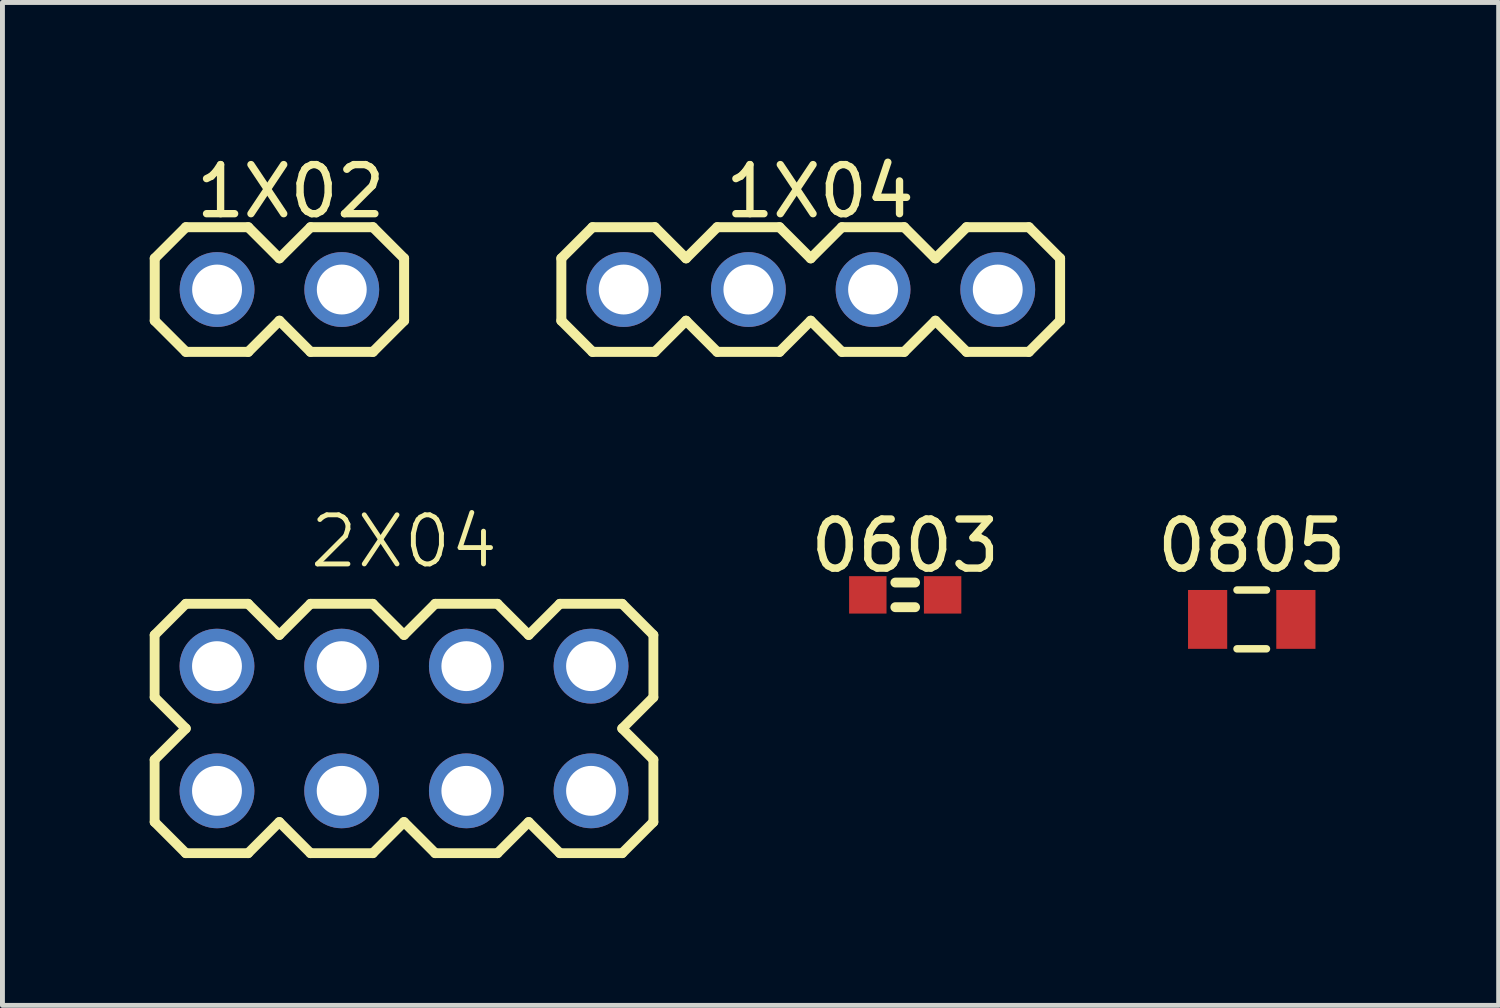
<source format=kicad_pcb>
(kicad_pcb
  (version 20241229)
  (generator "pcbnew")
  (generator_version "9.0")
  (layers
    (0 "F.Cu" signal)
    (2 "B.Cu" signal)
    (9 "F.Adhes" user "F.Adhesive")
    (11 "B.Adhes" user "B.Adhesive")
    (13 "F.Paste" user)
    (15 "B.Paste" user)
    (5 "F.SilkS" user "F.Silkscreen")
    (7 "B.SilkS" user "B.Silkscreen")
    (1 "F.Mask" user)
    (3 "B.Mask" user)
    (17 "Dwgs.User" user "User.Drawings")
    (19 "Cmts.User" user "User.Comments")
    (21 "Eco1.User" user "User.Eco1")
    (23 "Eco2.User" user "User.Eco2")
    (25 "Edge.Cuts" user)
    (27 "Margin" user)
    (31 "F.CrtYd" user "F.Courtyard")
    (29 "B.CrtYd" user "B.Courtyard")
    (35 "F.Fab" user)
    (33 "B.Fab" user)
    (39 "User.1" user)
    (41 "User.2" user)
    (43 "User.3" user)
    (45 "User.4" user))
  (footprint "0805"
    (layer "F.Cu")
    (at 22.449 9.568)
    (property "Reference" "0805" (at 0 -1.5 0) (layer "F.SilkS") (effects (font (size 1 1) (thickness 0.15))))
    (attr through_hole)
    (fp_line (start -0.3 -0.599) (end 0.3 -0.599) (stroke (width 0.152) (type solid)) (layer "F.SilkS"))
    (fp_line (start -0.3 0.599) (end 0.3 0.599) (stroke (width 0.152) (type solid)) (layer "F.SilkS"))
    (pad "1" smd rect (at -0.899 0) (size 0.798 1.199) (layers "F.Cu" "F.Mask" "F.Paste"))
    (pad "2" smd rect (at 0.899 0) (size 0.798 1.199) (layers "F.Cu" "F.Mask" "F.Paste")))
  (footprint "1X04"
    (layer "F.Cu")
    (at 9.655 2.848)
    (property "Reference" "1X04" (at 4 -2 0) (layer "F.SilkS") (effects (font (size 1 1) (thickness 0.15))))
    (attr through_hole)
    (fp_line (start -1.27 -0.635) (end -1.27 0.635) (stroke (width 0.203) (type solid)) (layer "F.SilkS"))
    (fp_line (start -1.27 0.635) (end -0.635 1.27) (stroke (width 0.203) (type solid)) (layer "F.SilkS"))
    (fp_line (start -0.635 -1.27) (end -1.27 -0.635) (stroke (width 0.203) (type solid)) (layer "F.SilkS"))
    (fp_line (start -0.635 -1.27) (end 0.635 -1.27) (stroke (width 0.203) (type solid)) (layer "F.SilkS"))
    (fp_line (start 0.635 -1.27) (end 1.27 -0.635) (stroke (width 0.203) (type solid)) (layer "F.SilkS"))
    (fp_line (start 0.635 1.27) (end -0.635 1.27) (stroke (width 0.203) (type solid)) (layer "F.SilkS"))
    (fp_line (start 1.27 -0.635) (end 1.905 -1.27) (stroke (width 0.203) (type solid)) (layer "F.SilkS"))
    (fp_line (start 1.27 0.635) (end 0.635 1.27) (stroke (width 0.203) (type solid)) (layer "F.SilkS"))
    (fp_line (start 1.905 -1.27) (end 3.175 -1.27) (stroke (width 0.203) (type solid)) (layer "F.SilkS"))
    (fp_line (start 1.905 1.27) (end 1.27 0.635) (stroke (width 0.203) (type solid)) (layer "F.SilkS"))
    (fp_line (start 3.175 -1.27) (end 3.81 -0.635) (stroke (width 0.203) (type solid)) (layer "F.SilkS"))
    (fp_line (start 3.175 1.27) (end 1.905 1.27) (stroke (width 0.203) (type solid)) (layer "F.SilkS"))
    (fp_line (start 3.81 -0.635) (end 4.445 -1.27) (stroke (width 0.203) (type solid)) (layer "F.SilkS"))
    (fp_line (start 3.81 0.635) (end 3.175 1.27) (stroke (width 0.203) (type solid)) (layer "F.SilkS"))
    (fp_line (start 4.445 -1.27) (end 5.715 -1.27) (stroke (width 0.203) (type solid)) (layer "F.SilkS"))
    (fp_line (start 4.445 1.27) (end 3.81 0.635) (stroke (width 0.203) (type solid)) (layer "F.SilkS"))
    (fp_line (start 5.715 -1.27) (end 6.35 -0.635) (stroke (width 0.203) (type solid)) (layer "F.SilkS"))
    (fp_line (start 5.715 1.27) (end 4.445 1.27) (stroke (width 0.203) (type solid)) (layer "F.SilkS"))
    (fp_line (start 6.35 0.635) (end 5.715 1.27) (stroke (width 0.203) (type solid)) (layer "F.SilkS"))
    (fp_line (start 6.35 0.635) (end 6.985 1.27) (stroke (width 0.203) (type solid)) (layer "F.SilkS"))
    (fp_line (start 6.985 -1.27) (end 6.35 -0.635) (stroke (width 0.203) (type solid)) (layer "F.SilkS"))
    (fp_line (start 6.985 -1.27) (end 8.255 -1.27) (stroke (width 0.203) (type solid)) (layer "F.SilkS"))
    (fp_line (start 8.255 -1.27) (end 8.89 -0.635) (stroke (width 0.203) (type solid)) (layer "F.SilkS"))
    (fp_line (start 8.255 1.27) (end 6.985 1.27) (stroke (width 0.203) (type solid)) (layer "F.SilkS"))
    (fp_line (start 8.89 -0.635) (end 8.89 0.635) (stroke (width 0.203) (type solid)) (layer "F.SilkS"))
    (fp_line (start 8.89 0.635) (end 8.255 1.27) (stroke (width 0.203) (type solid)) (layer "F.SilkS"))
    (pad "1" thru_hole oval (at 0 0 90) (size 1.524 1.524) (drill 1.016) (layers "*.Cu" "*.Mask"))
    (pad "2" thru_hole oval (at 2.54 0 90) (size 1.524 1.524) (drill 1.016) (layers "*.Cu" "*.Mask"))
    (pad "3" thru_hole oval (at 5.08 0 90) (size 1.524 1.524) (drill 1.016) (layers "*.Cu" "*.Mask"))
    (pad "4" thru_hole oval (at 7.62 0 90) (size 1.524 1.524) (drill 1.016) (layers "*.Cu" "*.Mask")))
  (footprint "2X04"
    (layer "F.Cu")
    (at 5.18 11.79)
    (property "Reference" "2X04" (at 0 -3.81 0) (layer "F.SilkS") (effects (font (size 1 1) (thickness 0.1))))
    (attr through_hole)
    (fp_line (start -5.08 -1.905) (end -5.08 -0.635) (stroke (width 0.2) (type solid)) (layer "F.SilkS"))
    (fp_line (start -5.08 -0.635) (end -4.445 0) (stroke (width 0.2) (type solid)) (layer "F.SilkS"))
    (fp_line (start -5.08 0.635) (end -5.08 1.905) (stroke (width 0.2) (type solid)) (layer "F.SilkS"))
    (fp_line (start -5.08 1.905) (end -4.445 2.54) (stroke (width 0.2) (type solid)) (layer "F.SilkS"))
    (fp_line (start -4.445 -2.54) (end -5.08 -1.905) (stroke (width 0.2) (type solid)) (layer "F.SilkS"))
    (fp_line (start -4.445 -2.54) (end -3.175 -2.54) (stroke (width 0.2) (type solid)) (layer "F.SilkS"))
    (fp_line (start -4.445 0) (end -5.08 0.635) (stroke (width 0.2) (type solid)) (layer "F.SilkS"))
    (fp_line (start -3.175 -2.54) (end -2.54 -1.905) (stroke (width 0.2) (type solid)) (layer "F.SilkS"))
    (fp_line (start -3.175 2.54) (end -4.445 2.54) (stroke (width 0.2) (type solid)) (layer "F.SilkS"))
    (fp_line (start -2.54 -1.905) (end -1.905 -2.54) (stroke (width 0.2) (type solid)) (layer "F.SilkS"))
    (fp_line (start -2.54 1.905) (end -3.175 2.54) (stroke (width 0.2) (type solid)) (layer "F.SilkS"))
    (fp_line (start -1.905 -2.54) (end -0.635 -2.54) (stroke (width 0.2) (type solid)) (layer "F.SilkS"))
    (fp_line (start -1.905 2.54) (end -2.54 1.905) (stroke (width 0.2) (type solid)) (layer "F.SilkS"))
    (fp_line (start -0.635 -2.54) (end 0 -1.905) (stroke (width 0.2) (type solid)) (layer "F.SilkS"))
    (fp_line (start -0.635 2.54) (end -1.905 2.54) (stroke (width 0.2) (type solid)) (layer "F.SilkS"))
    (fp_line (start 0 -1.905) (end 0.635 -2.54) (stroke (width 0.2) (type solid)) (layer "F.SilkS"))
    (fp_line (start 0 1.905) (end -0.635 2.54) (stroke (width 0.2) (type solid)) (layer "F.SilkS"))
    (fp_line (start 0.635 -2.54) (end 1.905 -2.54) (stroke (width 0.2) (type solid)) (layer "F.SilkS"))
    (fp_line (start 0.635 2.54) (end 0 1.905) (stroke (width 0.2) (type solid)) (layer "F.SilkS"))
    (fp_line (start 1.905 -2.54) (end 2.54 -1.905) (stroke (width 0.2) (type solid)) (layer "F.SilkS"))
    (fp_line (start 1.905 2.54) (end 0.635 2.54) (stroke (width 0.2) (type solid)) (layer "F.SilkS"))
    (fp_line (start 2.54 1.905) (end 1.905 2.54) (stroke (width 0.2) (type solid)) (layer "F.SilkS"))
    (fp_line (start 2.54 1.905) (end 3.175 2.54) (stroke (width 0.2) (type solid)) (layer "F.SilkS"))
    (fp_line (start 3.175 -2.54) (end 2.54 -1.905) (stroke (width 0.2) (type solid)) (layer "F.SilkS"))
    (fp_line (start 3.175 -2.54) (end 4.445 -2.54) (stroke (width 0.2) (type solid)) (layer "F.SilkS"))
    (fp_line (start 4.445 -2.54) (end 5.08 -1.905) (stroke (width 0.2) (type solid)) (layer "F.SilkS"))
    (fp_line (start 4.445 0) (end 5.08 0.635) (stroke (width 0.2) (type solid)) (layer "F.SilkS"))
    (fp_line (start 4.445 2.54) (end 3.175 2.54) (stroke (width 0.2) (type solid)) (layer "F.SilkS"))
    (fp_line (start 5.08 -1.905) (end 5.08 -0.635) (stroke (width 0.2) (type solid)) (layer "F.SilkS"))
    (fp_line (start 5.08 -0.635) (end 4.445 0) (stroke (width 0.2) (type solid)) (layer "F.SilkS"))
    (fp_line (start 5.08 0.635) (end 5.08 1.905) (stroke (width 0.2) (type solid)) (layer "F.SilkS"))
    (fp_line (start 5.08 1.905) (end 4.445 2.54) (stroke (width 0.2) (type solid)) (layer "F.SilkS"))
    (pad "1" thru_hole oval (at -3.81 1.27 90) (size 1.524 1.524) (drill 1.016) (layers "*.Cu" "*.Mask"))
    (pad "2" thru_hole oval (at -3.81 -1.27 90) (size 1.524 1.524) (drill 1.016) (layers "*.Cu" "*.Mask"))
    (pad "3" thru_hole oval (at -1.27 1.27 90) (size 1.524 1.524) (drill 1.016) (layers "*.Cu" "*.Mask"))
    (pad "4" thru_hole oval (at -1.27 -1.27 90) (size 1.524 1.524) (drill 1.016) (layers "*.Cu" "*.Mask"))
    (pad "5" thru_hole oval (at 1.27 1.27 90) (size 1.524 1.524) (drill 1.016) (layers "*.Cu" "*.Mask"))
    (pad "6" thru_hole oval (at 1.27 -1.27 90) (size 1.524 1.524) (drill 1.016) (layers "*.Cu" "*.Mask"))
    (pad "7" thru_hole oval (at 3.81 1.27 90) (size 1.524 1.524) (drill 1.016) (layers "*.Cu" "*.Mask"))
    (pad "8" thru_hole oval (at 3.81 -1.27 90) (size 1.524 1.524) (drill 1.016) (layers "*.Cu" "*.Mask")))
  (footprint "0603"
    (layer "F.Cu")
    (at 15.39 9.068)
    (property "Reference" "0603" (at 0 -1 0) (layer "F.SilkS") (effects (font (size 1 1) (thickness 0.15))))
    (attr smd)
    (fp_line (start -0.201 -0.251) (end 0.201 -0.251) (stroke (width 0.201) (type solid)) (layer "F.SilkS"))
    (fp_line (start -0.201 0.251) (end 0.201 0.251) (stroke (width 0.201) (type solid)) (layer "F.SilkS"))
    (pad "1" smd rect (at -0.762 0) (size 0.762 0.762) (layers "F.Cu" "F.Mask" "F.Paste"))
    (pad "2" smd rect (at 0.762 0) (size 0.762 0.762) (layers "F.Cu" "F.Mask" "F.Paste")))
  (footprint "1X02"
    (layer "F.Cu")
    (at 1.372 2.848)
    (property "Reference" "1X02" (at 1.5 -2 0) (layer "F.SilkS") (effects (font (size 1 1) (thickness 0.15))))
    (attr through_hole)
    (fp_line (start -1.27 -0.635) (end -1.27 0.635) (stroke (width 0.203) (type solid)) (layer "F.SilkS"))
    (fp_line (start -1.27 0.635) (end -0.635 1.27) (stroke (width 0.203) (type solid)) (layer "F.SilkS"))
    (fp_line (start -0.635 -1.27) (end -1.27 -0.635) (stroke (width 0.203) (type solid)) (layer "F.SilkS"))
    (fp_line (start -0.635 -1.27) (end 0.635 -1.27) (stroke (width 0.203) (type solid)) (layer "F.SilkS"))
    (fp_line (start 0.635 -1.27) (end 1.27 -0.635) (stroke (width 0.203) (type solid)) (layer "F.SilkS"))
    (fp_line (start 0.635 1.27) (end -0.635 1.27) (stroke (width 0.203) (type solid)) (layer "F.SilkS"))
    (fp_line (start 1.27 -0.635) (end 1.905 -1.27) (stroke (width 0.203) (type solid)) (layer "F.SilkS"))
    (fp_line (start 1.27 0.635) (end 0.635 1.27) (stroke (width 0.203) (type solid)) (layer "F.SilkS"))
    (fp_line (start 1.905 -1.27) (end 3.175 -1.27) (stroke (width 0.203) (type solid)) (layer "F.SilkS"))
    (fp_line (start 1.905 1.27) (end 1.27 0.635) (stroke (width 0.203) (type solid)) (layer "F.SilkS"))
    (fp_line (start 3.175 -1.27) (end 3.81 -0.635) (stroke (width 0.203) (type solid)) (layer "F.SilkS"))
    (fp_line (start 3.175 1.27) (end 1.905 1.27) (stroke (width 0.203) (type solid)) (layer "F.SilkS"))
    (fp_line (start 3.81 -0.635) (end 3.81 0.635) (stroke (width 0.203) (type solid)) (layer "F.SilkS"))
    (fp_line (start 3.81 0.635) (end 3.175 1.27) (stroke (width 0.203) (type solid)) (layer "F.SilkS"))
    (pad "1" thru_hole oval (at 0 0 90) (size 1.524 1.524) (drill 1.016) (layers "*.Cu" "*.Mask"))
    (pad "2" thru_hole oval (at 2.54 0 90) (size 1.524 1.524) (drill 1.016) (layers "*.Cu" "*.Mask")))
  (gr_rect
    (start -3 -3)
    (end 27.479 17.43)
    (stroke (width 0.1) (type default))
    (fill no)
    (layer "Edge.Cuts")))
</source>
